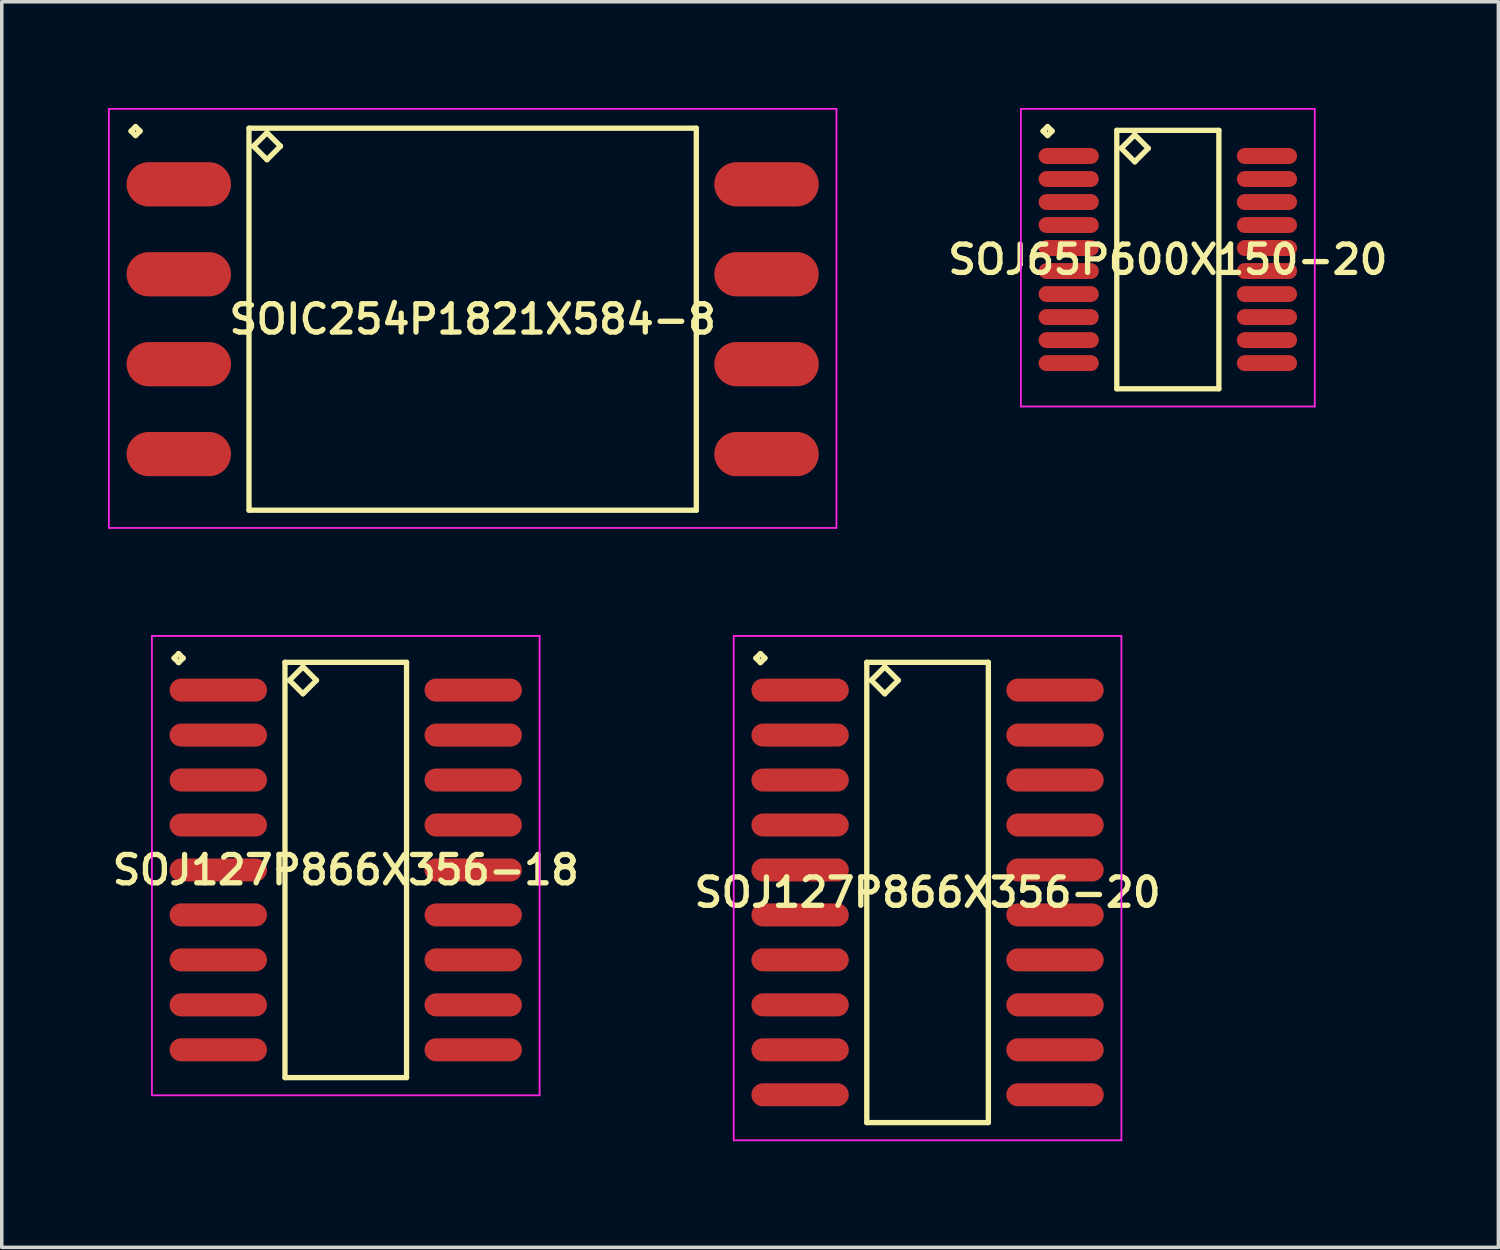
<source format=kicad_pcb>
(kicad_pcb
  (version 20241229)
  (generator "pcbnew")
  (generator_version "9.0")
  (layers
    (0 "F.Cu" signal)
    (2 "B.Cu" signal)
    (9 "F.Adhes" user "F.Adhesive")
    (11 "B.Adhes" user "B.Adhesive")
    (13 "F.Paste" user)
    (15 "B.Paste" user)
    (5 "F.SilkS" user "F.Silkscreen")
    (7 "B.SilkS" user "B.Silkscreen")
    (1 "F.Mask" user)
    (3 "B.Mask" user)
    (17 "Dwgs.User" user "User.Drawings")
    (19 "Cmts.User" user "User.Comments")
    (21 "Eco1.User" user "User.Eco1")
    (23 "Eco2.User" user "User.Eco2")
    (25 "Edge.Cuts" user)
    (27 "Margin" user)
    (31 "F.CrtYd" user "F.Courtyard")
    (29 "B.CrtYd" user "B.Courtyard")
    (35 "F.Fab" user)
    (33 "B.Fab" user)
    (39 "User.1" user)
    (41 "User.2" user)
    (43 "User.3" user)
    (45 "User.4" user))
  (footprint "SOIC254P1821X584-8"
    (layer "F.Cu")
    (at 10.3 5.966)
    (property "Reference" "SOIC254P1821X584-8" (at 0 0 0) (layer "F.SilkS") (effects (font (size 0.8 0.8) (thickness 0.15))))
    (attr smd)
    (fp_line (start -9.648 -5.314) (end -9.521 -5.441) (stroke (width 0.15) (type solid)) (layer "F.SilkS"))
    (fp_line (start -9.521 -5.441) (end -9.394 -5.314) (stroke (width 0.15) (type solid)) (layer "F.SilkS"))
    (fp_line (start -9.521 -5.187) (end -9.648 -5.314) (stroke (width 0.15) (type solid)) (layer "F.SilkS"))
    (fp_line (start -9.394 -5.314) (end -9.521 -5.187) (stroke (width 0.15) (type solid)) (layer "F.SilkS"))
    (fp_line (start -6.317 -5.395) (end -6.317 5.395) (stroke (width 0.15) (type solid)) (layer "F.SilkS"))
    (fp_line (start -6.317 5.395) (end 6.317 5.395) (stroke (width 0.15) (type solid)) (layer "F.SilkS"))
    (fp_line (start -6.19 -4.887) (end -5.809 -5.268) (stroke (width 0.15) (type solid)) (layer "F.SilkS"))
    (fp_line (start -5.809 -5.268) (end -5.428 -4.887) (stroke (width 0.15) (type solid)) (layer "F.SilkS"))
    (fp_line (start -5.809 -4.506) (end -6.19 -4.887) (stroke (width 0.15) (type solid)) (layer "F.SilkS"))
    (fp_line (start -5.428 -4.887) (end -5.809 -4.506) (stroke (width 0.15) (type solid)) (layer "F.SilkS"))
    (fp_line (start 6.317 -5.395) (end -6.317 -5.395) (stroke (width 0.15) (type solid)) (layer "F.SilkS"))
    (fp_line (start 6.317 5.395) (end 6.317 -5.395) (stroke (width 0.15) (type solid)) (layer "F.SilkS"))
    (fp_line (start -10.275 -5.941) (end 10.275 -5.941) (stroke (width 0.05) (type solid)) (layer "F.CrtYd"))
    (fp_line (start -10.275 5.895) (end -10.275 -5.941) (stroke (width 0.05) (type solid)) (layer "F.CrtYd"))
    (fp_line (start 10.275 -5.941) (end 10.275 5.895) (stroke (width 0.05) (type solid)) (layer "F.CrtYd"))
    (fp_line (start 10.275 5.895) (end -10.275 5.895) (stroke (width 0.05) (type solid)) (layer "F.CrtYd"))
    (pad "1" smd oval (at -8.3 -3.81) (size 2.95 1.25) (layers "F.Cu" "F.Mask" "F.Paste"))
    (pad "2" smd oval (at -8.3 -1.27) (size 2.95 1.25) (layers "F.Cu" "F.Mask" "F.Paste"))
    (pad "3" smd oval (at -8.3 1.27) (size 2.95 1.25) (layers "F.Cu" "F.Mask" "F.Paste"))
    (pad "4" smd oval (at -8.3 3.81) (size 2.95 1.25) (layers "F.Cu" "F.Mask" "F.Paste"))
    (pad "5" smd oval (at 8.3 3.81) (size 2.95 1.25) (layers "F.Cu" "F.Mask" "F.Paste"))
    (pad "6" smd oval (at 8.3 1.27) (size 2.95 1.25) (layers "F.Cu" "F.Mask" "F.Paste"))
    (pad "7" smd oval (at 8.3 -1.27) (size 2.95 1.25) (layers "F.Cu" "F.Mask" "F.Paste"))
    (pad "8" smd oval (at 8.3 -3.81) (size 2.95 1.25) (layers "F.Cu" "F.Mask" "F.Paste")))
  (footprint "SOJ65P600X150-20"
    (layer "F.Cu")
    (at 29.935 4.281)
    (property "Reference" "SOJ65P600X150-20" (at 0 0 0) (layer "F.SilkS") (effects (font (size 0.8 0.8) (thickness 0.15))))
    (attr smd)
    (fp_line (start -3.523 -3.629) (end -3.396 -3.756) (stroke (width 0.15) (type solid)) (layer "F.SilkS"))
    (fp_line (start -3.396 -3.756) (end -3.269 -3.629) (stroke (width 0.15) (type solid)) (layer "F.SilkS"))
    (fp_line (start -3.396 -3.502) (end -3.523 -3.629) (stroke (width 0.15) (type solid)) (layer "F.SilkS"))
    (fp_line (start -3.269 -3.629) (end -3.396 -3.502) (stroke (width 0.15) (type solid)) (layer "F.SilkS"))
    (fp_line (start -1.442 -3.65) (end -1.442 3.65) (stroke (width 0.15) (type solid)) (layer "F.SilkS"))
    (fp_line (start -1.442 3.65) (end 1.442 3.65) (stroke (width 0.15) (type solid)) (layer "F.SilkS"))
    (fp_line (start -1.315 -3.142) (end -0.934 -3.523) (stroke (width 0.15) (type solid)) (layer "F.SilkS"))
    (fp_line (start -0.934 -3.523) (end -0.553 -3.142) (stroke (width 0.15) (type solid)) (layer "F.SilkS"))
    (fp_line (start -0.934 -2.761) (end -1.315 -3.142) (stroke (width 0.15) (type solid)) (layer "F.SilkS"))
    (fp_line (start -0.553 -3.142) (end -0.934 -2.761) (stroke (width 0.15) (type solid)) (layer "F.SilkS"))
    (fp_line (start 1.442 -3.65) (end -1.442 -3.65) (stroke (width 0.15) (type solid)) (layer "F.SilkS"))
    (fp_line (start 1.442 3.65) (end 1.442 -3.65) (stroke (width 0.15) (type solid)) (layer "F.SilkS"))
    (fp_line (start -4.15 -4.256) (end 4.15 -4.256) (stroke (width 0.05) (type solid)) (layer "F.CrtYd"))
    (fp_line (start -4.15 4.15) (end -4.15 -4.256) (stroke (width 0.05) (type solid)) (layer "F.CrtYd"))
    (fp_line (start 4.15 -4.256) (end 4.15 4.15) (stroke (width 0.05) (type solid)) (layer "F.CrtYd"))
    (fp_line (start 4.15 4.15) (end -4.15 4.15) (stroke (width 0.05) (type solid)) (layer "F.CrtYd"))
    (pad "1" smd oval (at -2.8 -2.925) (size 1.7 0.45) (layers "F.Cu" "F.Mask" "F.Paste"))
    (pad "2" smd oval (at -2.8 -2.275) (size 1.7 0.45) (layers "F.Cu" "F.Mask" "F.Paste"))
    (pad "3" smd oval (at -2.8 -1.625) (size 1.7 0.45) (layers "F.Cu" "F.Mask" "F.Paste"))
    (pad "4" smd oval (at -2.8 -0.975) (size 1.7 0.45) (layers "F.Cu" "F.Mask" "F.Paste"))
    (pad "5" smd oval (at -2.8 -0.325) (size 1.7 0.45) (layers "F.Cu" "F.Mask" "F.Paste"))
    (pad "6" smd oval (at -2.8 0.325) (size 1.7 0.45) (layers "F.Cu" "F.Mask" "F.Paste"))
    (pad "7" smd oval (at -2.8 0.975) (size 1.7 0.45) (layers "F.Cu" "F.Mask" "F.Paste"))
    (pad "8" smd oval (at -2.8 1.625) (size 1.7 0.45) (layers "F.Cu" "F.Mask" "F.Paste"))
    (pad "9" smd oval (at -2.8 2.275) (size 1.7 0.45) (layers "F.Cu" "F.Mask" "F.Paste"))
    (pad "10" smd oval (at -2.8 2.925) (size 1.7 0.45) (layers "F.Cu" "F.Mask" "F.Paste"))
    (pad "11" smd oval (at 2.8 2.925) (size 1.7 0.45) (layers "F.Cu" "F.Mask" "F.Paste"))
    (pad "12" smd oval (at 2.8 2.275) (size 1.7 0.45) (layers "F.Cu" "F.Mask" "F.Paste"))
    (pad "13" smd oval (at 2.8 1.625) (size 1.7 0.45) (layers "F.Cu" "F.Mask" "F.Paste"))
    (pad "14" smd oval (at 2.8 0.975) (size 1.7 0.45) (layers "F.Cu" "F.Mask" "F.Paste"))
    (pad "15" smd oval (at 2.8 0.325) (size 1.7 0.45) (layers "F.Cu" "F.Mask" "F.Paste"))
    (pad "16" smd oval (at 2.8 -0.325) (size 1.7 0.45) (layers "F.Cu" "F.Mask" "F.Paste"))
    (pad "17" smd oval (at 2.8 -0.975) (size 1.7 0.45) (layers "F.Cu" "F.Mask" "F.Paste"))
    (pad "18" smd oval (at 2.8 -1.625) (size 1.7 0.45) (layers "F.Cu" "F.Mask" "F.Paste"))
    (pad "19" smd oval (at 2.8 -2.275) (size 1.7 0.45) (layers "F.Cu" "F.Mask" "F.Paste"))
    (pad "20" smd oval (at 2.8 -2.925) (size 1.7 0.45) (layers "F.Cu" "F.Mask" "F.Paste")))
  (footprint "SOJ127P866X356-20"
    (layer "F.Cu")
    (at 23.149 22.157)
    (property "Reference" "SOJ127P866X356-20" (at 0 0 0) (layer "F.SilkS") (effects (font (size 0.8 0.8) (thickness 0.15))))
    (attr smd)
    (fp_line (start -4.848 -6.619) (end -4.721 -6.746) (stroke (width 0.15) (type solid)) (layer "F.SilkS"))
    (fp_line (start -4.721 -6.746) (end -4.594 -6.619) (stroke (width 0.15) (type solid)) (layer "F.SilkS"))
    (fp_line (start -4.721 -6.492) (end -4.848 -6.619) (stroke (width 0.15) (type solid)) (layer "F.SilkS"))
    (fp_line (start -4.594 -6.619) (end -4.721 -6.492) (stroke (width 0.15) (type solid)) (layer "F.SilkS"))
    (fp_line (start -1.717 -6.5) (end -1.717 6.5) (stroke (width 0.15) (type solid)) (layer "F.SilkS"))
    (fp_line (start -1.717 6.5) (end 1.717 6.5) (stroke (width 0.15) (type solid)) (layer "F.SilkS"))
    (fp_line (start -1.59 -5.992) (end -1.209 -6.373) (stroke (width 0.15) (type solid)) (layer "F.SilkS"))
    (fp_line (start -1.209 -6.373) (end -0.828 -5.992) (stroke (width 0.15) (type solid)) (layer "F.SilkS"))
    (fp_line (start -1.209 -5.611) (end -1.59 -5.992) (stroke (width 0.15) (type solid)) (layer "F.SilkS"))
    (fp_line (start -0.828 -5.992) (end -1.209 -5.611) (stroke (width 0.15) (type solid)) (layer "F.SilkS"))
    (fp_line (start 1.717 -6.5) (end -1.717 -6.5) (stroke (width 0.15) (type solid)) (layer "F.SilkS"))
    (fp_line (start 1.717 6.5) (end 1.717 -6.5) (stroke (width 0.15) (type solid)) (layer "F.SilkS"))
    (fp_line (start -5.475 -7.246) (end 5.475 -7.246) (stroke (width 0.05) (type solid)) (layer "F.CrtYd"))
    (fp_line (start -5.475 7) (end -5.475 -7.246) (stroke (width 0.05) (type solid)) (layer "F.CrtYd"))
    (fp_line (start 5.475 -7.246) (end 5.475 7) (stroke (width 0.05) (type solid)) (layer "F.CrtYd"))
    (fp_line (start 5.475 7) (end -5.475 7) (stroke (width 0.05) (type solid)) (layer "F.CrtYd"))
    (pad "1" smd oval (at -3.6 -5.715) (size 2.75 0.65) (layers "F.Cu" "F.Mask" "F.Paste"))
    (pad "2" smd oval (at -3.6 -4.445) (size 2.75 0.65) (layers "F.Cu" "F.Mask" "F.Paste"))
    (pad "3" smd oval (at -3.6 -3.175) (size 2.75 0.65) (layers "F.Cu" "F.Mask" "F.Paste"))
    (pad "4" smd oval (at -3.6 -1.905) (size 2.75 0.65) (layers "F.Cu" "F.Mask" "F.Paste"))
    (pad "5" smd oval (at -3.6 -0.635) (size 2.75 0.65) (layers "F.Cu" "F.Mask" "F.Paste"))
    (pad "6" smd oval (at -3.6 0.635) (size 2.75 0.65) (layers "F.Cu" "F.Mask" "F.Paste"))
    (pad "7" smd oval (at -3.6 1.905) (size 2.75 0.65) (layers "F.Cu" "F.Mask" "F.Paste"))
    (pad "8" smd oval (at -3.6 3.175) (size 2.75 0.65) (layers "F.Cu" "F.Mask" "F.Paste"))
    (pad "9" smd oval (at -3.6 4.445) (size 2.75 0.65) (layers "F.Cu" "F.Mask" "F.Paste"))
    (pad "10" smd oval (at -3.6 5.715) (size 2.75 0.65) (layers "F.Cu" "F.Mask" "F.Paste"))
    (pad "11" smd oval (at 3.6 5.715) (size 2.75 0.65) (layers "F.Cu" "F.Mask" "F.Paste"))
    (pad "12" smd oval (at 3.6 4.445) (size 2.75 0.65) (layers "F.Cu" "F.Mask" "F.Paste"))
    (pad "13" smd oval (at 3.6 3.175) (size 2.75 0.65) (layers "F.Cu" "F.Mask" "F.Paste"))
    (pad "14" smd oval (at 3.6 1.905) (size 2.75 0.65) (layers "F.Cu" "F.Mask" "F.Paste"))
    (pad "15" smd oval (at 3.6 0.635) (size 2.75 0.65) (layers "F.Cu" "F.Mask" "F.Paste"))
    (pad "16" smd oval (at 3.6 -0.635) (size 2.75 0.65) (layers "F.Cu" "F.Mask" "F.Paste"))
    (pad "17" smd oval (at 3.6 -1.905) (size 2.75 0.65) (layers "F.Cu" "F.Mask" "F.Paste"))
    (pad "18" smd oval (at 3.6 -3.175) (size 2.75 0.65) (layers "F.Cu" "F.Mask" "F.Paste"))
    (pad "19" smd oval (at 3.6 -4.445) (size 2.75 0.65) (layers "F.Cu" "F.Mask" "F.Paste"))
    (pad "20" smd oval (at 3.6 -5.715) (size 2.75 0.65) (layers "F.Cu" "F.Mask" "F.Paste")))
  (footprint "SOJ127P866X356-18"
    (layer "F.Cu")
    (at 6.716 21.522)
    (property "Reference" "SOJ127P866X356-18" (at 0 0 0) (layer "F.SilkS") (effects (font (size 0.8 0.8) (thickness 0.15))))
    (attr smd)
    (fp_line (start -4.848 -5.984) (end -4.721 -6.111) (stroke (width 0.15) (type solid)) (layer "F.SilkS"))
    (fp_line (start -4.721 -6.111) (end -4.594 -5.984) (stroke (width 0.15) (type solid)) (layer "F.SilkS"))
    (fp_line (start -4.721 -5.857) (end -4.848 -5.984) (stroke (width 0.15) (type solid)) (layer "F.SilkS"))
    (fp_line (start -4.594 -5.984) (end -4.721 -5.857) (stroke (width 0.15) (type solid)) (layer "F.SilkS"))
    (fp_line (start -1.717 -5.865) (end -1.717 5.865) (stroke (width 0.15) (type solid)) (layer "F.SilkS"))
    (fp_line (start -1.717 5.865) (end 1.717 5.865) (stroke (width 0.15) (type solid)) (layer "F.SilkS"))
    (fp_line (start -1.59 -5.357) (end -1.209 -5.738) (stroke (width 0.15) (type solid)) (layer "F.SilkS"))
    (fp_line (start -1.209 -5.738) (end -0.828 -5.357) (stroke (width 0.15) (type solid)) (layer "F.SilkS"))
    (fp_line (start -1.209 -4.976) (end -1.59 -5.357) (stroke (width 0.15) (type solid)) (layer "F.SilkS"))
    (fp_line (start -0.828 -5.357) (end -1.209 -4.976) (stroke (width 0.15) (type solid)) (layer "F.SilkS"))
    (fp_line (start 1.717 -5.865) (end -1.717 -5.865) (stroke (width 0.15) (type solid)) (layer "F.SilkS"))
    (fp_line (start 1.717 5.865) (end 1.717 -5.865) (stroke (width 0.15) (type solid)) (layer "F.SilkS"))
    (fp_line (start -5.475 -6.611) (end 5.475 -6.611) (stroke (width 0.05) (type solid)) (layer "F.CrtYd"))
    (fp_line (start -5.475 6.365) (end -5.475 -6.611) (stroke (width 0.05) (type solid)) (layer "F.CrtYd"))
    (fp_line (start 5.475 -6.611) (end 5.475 6.365) (stroke (width 0.05) (type solid)) (layer "F.CrtYd"))
    (fp_line (start 5.475 6.365) (end -5.475 6.365) (stroke (width 0.05) (type solid)) (layer "F.CrtYd"))
    (pad "1" smd oval (at -3.6 -5.08) (size 2.75 0.65) (layers "F.Cu" "F.Mask" "F.Paste"))
    (pad "2" smd oval (at -3.6 -3.81) (size 2.75 0.65) (layers "F.Cu" "F.Mask" "F.Paste"))
    (pad "3" smd oval (at -3.6 -2.54) (size 2.75 0.65) (layers "F.Cu" "F.Mask" "F.Paste"))
    (pad "4" smd oval (at -3.6 -1.27) (size 2.75 0.65) (layers "F.Cu" "F.Mask" "F.Paste"))
    (pad "5" smd oval (at -3.6 0) (size 2.75 0.65) (layers "F.Cu" "F.Mask" "F.Paste"))
    (pad "6" smd oval (at -3.6 1.27) (size 2.75 0.65) (layers "F.Cu" "F.Mask" "F.Paste"))
    (pad "7" smd oval (at -3.6 2.54) (size 2.75 0.65) (layers "F.Cu" "F.Mask" "F.Paste"))
    (pad "8" smd oval (at -3.6 3.81) (size 2.75 0.65) (layers "F.Cu" "F.Mask" "F.Paste"))
    (pad "9" smd oval (at -3.6 5.08) (size 2.75 0.65) (layers "F.Cu" "F.Mask" "F.Paste"))
    (pad "10" smd oval (at 3.6 5.08) (size 2.75 0.65) (layers "F.Cu" "F.Mask" "F.Paste"))
    (pad "11" smd oval (at 3.6 3.81) (size 2.75 0.65) (layers "F.Cu" "F.Mask" "F.Paste"))
    (pad "12" smd oval (at 3.6 2.54) (size 2.75 0.65) (layers "F.Cu" "F.Mask" "F.Paste"))
    (pad "13" smd oval (at 3.6 1.27) (size 2.75 0.65) (layers "F.Cu" "F.Mask" "F.Paste"))
    (pad "14" smd oval (at 3.6 0) (size 2.75 0.65) (layers "F.Cu" "F.Mask" "F.Paste"))
    (pad "15" smd oval (at 3.6 -1.27) (size 2.75 0.65) (layers "F.Cu" "F.Mask" "F.Paste"))
    (pad "16" smd oval (at 3.6 -2.54) (size 2.75 0.65) (layers "F.Cu" "F.Mask" "F.Paste"))
    (pad "17" smd oval (at 3.6 -3.81) (size 2.75 0.65) (layers "F.Cu" "F.Mask" "F.Paste"))
    (pad "18" smd oval (at 3.6 -5.08) (size 2.75 0.65) (layers "F.Cu" "F.Mask" "F.Paste")))
  (gr_rect
    (start -3 -3)
    (end 39.271 32.182)
    (stroke (width 0.1) (type default))
    (fill no)
    (layer "Edge.Cuts")))
</source>
